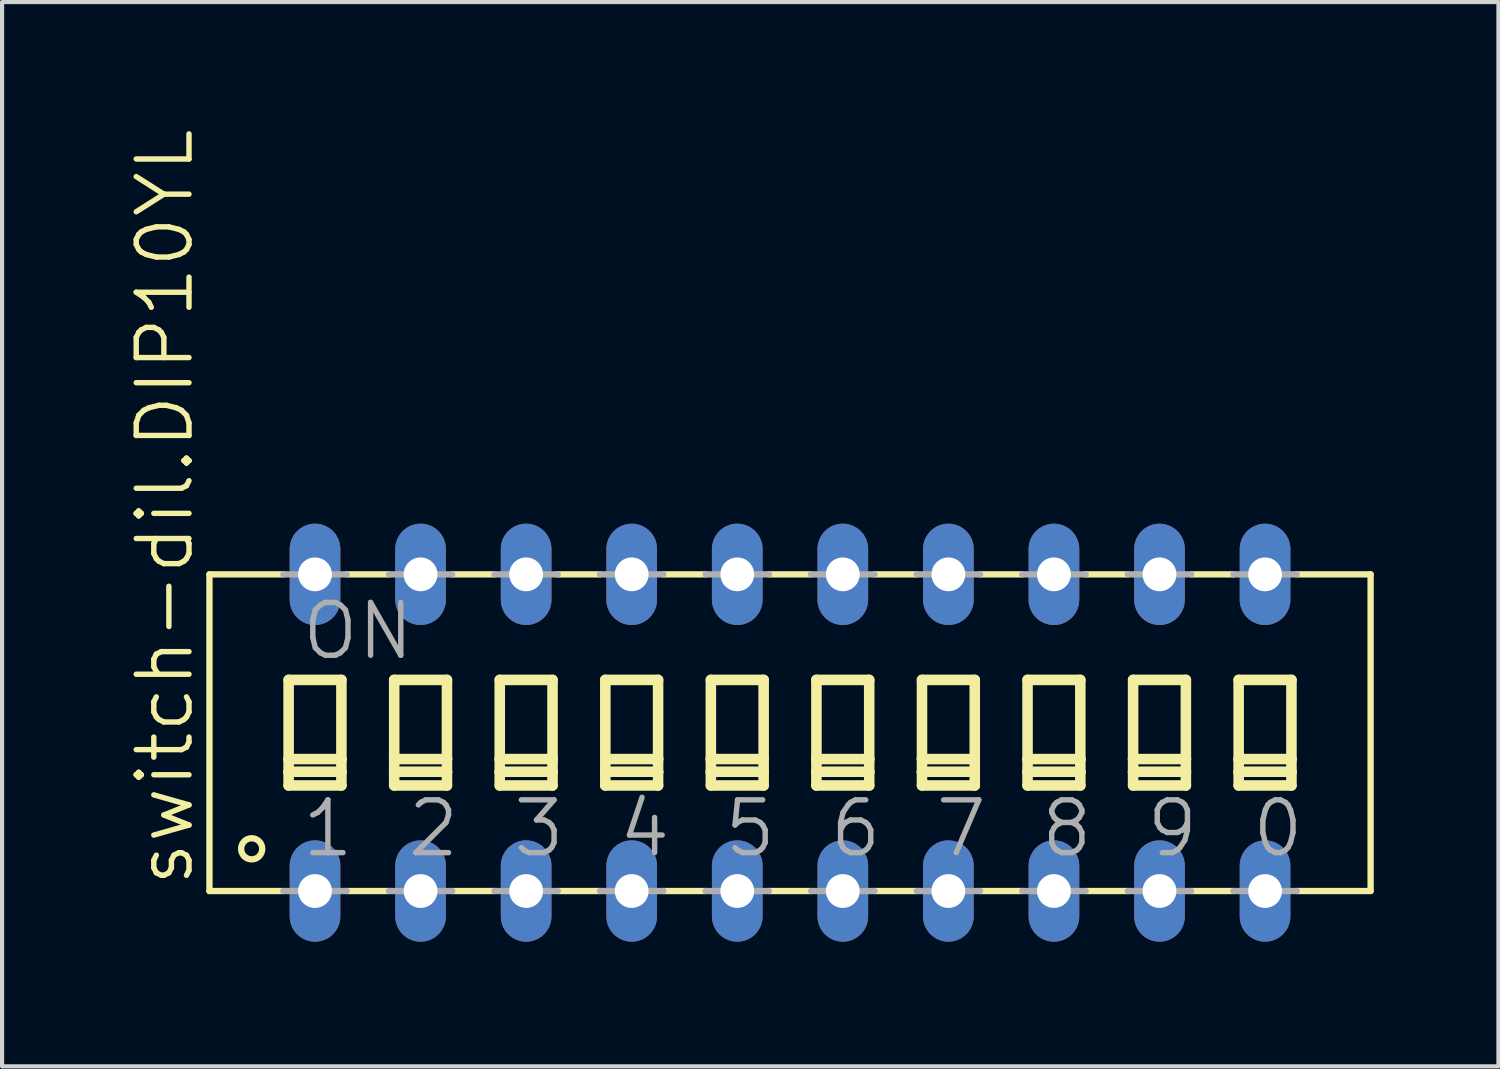
<source format=kicad_pcb>
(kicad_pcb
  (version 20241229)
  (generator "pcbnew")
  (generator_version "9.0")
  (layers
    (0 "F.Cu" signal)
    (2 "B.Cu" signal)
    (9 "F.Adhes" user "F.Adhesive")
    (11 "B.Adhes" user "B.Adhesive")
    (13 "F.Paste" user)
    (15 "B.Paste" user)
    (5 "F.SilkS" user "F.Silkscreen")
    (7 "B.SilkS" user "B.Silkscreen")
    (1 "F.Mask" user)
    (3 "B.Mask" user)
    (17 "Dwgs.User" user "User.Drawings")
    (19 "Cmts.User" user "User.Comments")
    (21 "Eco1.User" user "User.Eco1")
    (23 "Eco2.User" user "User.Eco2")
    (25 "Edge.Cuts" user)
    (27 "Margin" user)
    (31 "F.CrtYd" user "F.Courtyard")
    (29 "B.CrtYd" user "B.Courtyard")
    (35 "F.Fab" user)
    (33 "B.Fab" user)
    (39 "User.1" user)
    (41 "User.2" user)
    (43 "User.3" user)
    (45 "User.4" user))
  (footprint "switch-dil.DIP10YL"
    (layer "F.Cu")
    (at 15.96 14.58)
    (property "Reference" "switch-dil.DIP10YL" (at -14.3 3.759 90) (layer "F.SilkS") (effects (font (size 1.27 1.27) (thickness 0.13)) (justify left bottom)))
    (attr through_hole)
    (fp_line (start -13.97 -3.81) (end -13.97 3.81) (stroke (width 0.152) (type default)) (layer "F.SilkS"))
    (fp_line (start -13.97 -3.81) (end -12.192 -3.81) (stroke (width 0.152) (type default)) (layer "F.SilkS"))
    (fp_line (start -13.97 3.81) (end -12.192 3.81) (stroke (width 0.152) (type default)) (layer "F.SilkS"))
    (fp_line (start -12.065 -1.27) (end -12.065 0.635) (stroke (width 0.254) (type default)) (layer "F.SilkS"))
    (fp_line (start -12.065 0.635) (end -12.065 0.94) (stroke (width 0.254) (type default)) (layer "F.SilkS"))
    (fp_line (start -12.065 0.635) (end -10.795 0.635) (stroke (width 0.254) (type default)) (layer "F.SilkS"))
    (fp_line (start -12.065 0.94) (end -12.065 1.27) (stroke (width 0.254) (type default)) (layer "F.SilkS"))
    (fp_line (start -12.065 0.94) (end -10.795 0.94) (stroke (width 0.254) (type default)) (layer "F.SilkS"))
    (fp_line (start -12.065 1.27) (end -10.795 1.27) (stroke (width 0.254) (type default)) (layer "F.SilkS"))
    (fp_line (start -10.795 -1.27) (end -12.065 -1.27) (stroke (width 0.254) (type default)) (layer "F.SilkS"))
    (fp_line (start -10.795 0.635) (end -10.795 -1.27) (stroke (width 0.254) (type default)) (layer "F.SilkS"))
    (fp_line (start -10.795 0.94) (end -10.795 0.635) (stroke (width 0.254) (type default)) (layer "F.SilkS"))
    (fp_line (start -10.795 1.27) (end -10.795 0.94) (stroke (width 0.254) (type default)) (layer "F.SilkS"))
    (fp_line (start -10.668 3.81) (end -9.652 3.81) (stroke (width 0.152) (type default)) (layer "F.SilkS"))
    (fp_line (start -9.652 -3.81) (end -10.668 -3.81) (stroke (width 0.152) (type default)) (layer "F.SilkS"))
    (fp_line (start -9.525 -1.27) (end -9.525 0.635) (stroke (width 0.254) (type default)) (layer "F.SilkS"))
    (fp_line (start -9.525 0.635) (end -9.525 0.94) (stroke (width 0.254) (type default)) (layer "F.SilkS"))
    (fp_line (start -9.525 0.635) (end -8.255 0.635) (stroke (width 0.254) (type default)) (layer "F.SilkS"))
    (fp_line (start -9.525 0.94) (end -9.525 1.27) (stroke (width 0.254) (type default)) (layer "F.SilkS"))
    (fp_line (start -9.525 0.94) (end -8.255 0.94) (stroke (width 0.254) (type default)) (layer "F.SilkS"))
    (fp_line (start -9.525 1.27) (end -8.255 1.27) (stroke (width 0.254) (type default)) (layer "F.SilkS"))
    (fp_line (start -8.255 -1.27) (end -9.525 -1.27) (stroke (width 0.254) (type default)) (layer "F.SilkS"))
    (fp_line (start -8.255 0.635) (end -8.255 -1.27) (stroke (width 0.254) (type default)) (layer "F.SilkS"))
    (fp_line (start -8.255 0.94) (end -8.255 0.635) (stroke (width 0.254) (type default)) (layer "F.SilkS"))
    (fp_line (start -8.255 1.27) (end -8.255 0.94) (stroke (width 0.254) (type default)) (layer "F.SilkS"))
    (fp_line (start -8.128 3.81) (end -7.112 3.81) (stroke (width 0.152) (type default)) (layer "F.SilkS"))
    (fp_line (start -7.112 -3.81) (end -8.128 -3.81) (stroke (width 0.152) (type default)) (layer "F.SilkS"))
    (fp_line (start -6.985 -1.27) (end -6.985 0.635) (stroke (width 0.254) (type default)) (layer "F.SilkS"))
    (fp_line (start -6.985 0.635) (end -6.985 0.94) (stroke (width 0.254) (type default)) (layer "F.SilkS"))
    (fp_line (start -6.985 0.635) (end -5.715 0.635) (stroke (width 0.254) (type default)) (layer "F.SilkS"))
    (fp_line (start -6.985 0.94) (end -6.985 1.27) (stroke (width 0.254) (type default)) (layer "F.SilkS"))
    (fp_line (start -6.985 0.94) (end -5.715 0.94) (stroke (width 0.254) (type default)) (layer "F.SilkS"))
    (fp_line (start -6.985 1.27) (end -5.715 1.27) (stroke (width 0.254) (type default)) (layer "F.SilkS"))
    (fp_line (start -5.715 -1.27) (end -6.985 -1.27) (stroke (width 0.254) (type default)) (layer "F.SilkS"))
    (fp_line (start -5.715 0.635) (end -5.715 -1.27) (stroke (width 0.254) (type default)) (layer "F.SilkS"))
    (fp_line (start -5.715 0.94) (end -5.715 0.635) (stroke (width 0.254) (type default)) (layer "F.SilkS"))
    (fp_line (start -5.715 1.27) (end -5.715 0.94) (stroke (width 0.254) (type default)) (layer "F.SilkS"))
    (fp_line (start -5.588 3.81) (end -4.572 3.81) (stroke (width 0.152) (type default)) (layer "F.SilkS"))
    (fp_line (start -4.572 -3.81) (end -5.588 -3.81) (stroke (width 0.152) (type default)) (layer "F.SilkS"))
    (fp_line (start -4.445 -1.27) (end -4.445 0.635) (stroke (width 0.254) (type default)) (layer "F.SilkS"))
    (fp_line (start -4.445 0.635) (end -4.445 0.94) (stroke (width 0.254) (type default)) (layer "F.SilkS"))
    (fp_line (start -4.445 0.635) (end -3.175 0.635) (stroke (width 0.254) (type default)) (layer "F.SilkS"))
    (fp_line (start -4.445 0.94) (end -4.445 1.27) (stroke (width 0.254) (type default)) (layer "F.SilkS"))
    (fp_line (start -4.445 0.94) (end -3.175 0.94) (stroke (width 0.254) (type default)) (layer "F.SilkS"))
    (fp_line (start -4.445 1.27) (end -3.175 1.27) (stroke (width 0.254) (type default)) (layer "F.SilkS"))
    (fp_line (start -3.175 -1.27) (end -4.445 -1.27) (stroke (width 0.254) (type default)) (layer "F.SilkS"))
    (fp_line (start -3.175 0.635) (end -3.175 -1.27) (stroke (width 0.254) (type default)) (layer "F.SilkS"))
    (fp_line (start -3.175 0.94) (end -3.175 0.635) (stroke (width 0.254) (type default)) (layer "F.SilkS"))
    (fp_line (start -3.175 1.27) (end -3.175 0.94) (stroke (width 0.254) (type default)) (layer "F.SilkS"))
    (fp_line (start -3.048 3.81) (end -2.032 3.81) (stroke (width 0.152) (type default)) (layer "F.SilkS"))
    (fp_line (start -2.032 -3.81) (end -3.048 -3.81) (stroke (width 0.152) (type default)) (layer "F.SilkS"))
    (fp_line (start -1.905 -1.27) (end -1.905 0.635) (stroke (width 0.254) (type default)) (layer "F.SilkS"))
    (fp_line (start -1.905 0.635) (end -1.905 0.94) (stroke (width 0.254) (type default)) (layer "F.SilkS"))
    (fp_line (start -1.905 0.635) (end -0.635 0.635) (stroke (width 0.254) (type default)) (layer "F.SilkS"))
    (fp_line (start -1.905 0.94) (end -1.905 1.27) (stroke (width 0.254) (type default)) (layer "F.SilkS"))
    (fp_line (start -1.905 0.94) (end -0.635 0.94) (stroke (width 0.254) (type default)) (layer "F.SilkS"))
    (fp_line (start -1.905 1.27) (end -0.635 1.27) (stroke (width 0.254) (type default)) (layer "F.SilkS"))
    (fp_line (start -0.635 -1.27) (end -1.905 -1.27) (stroke (width 0.254) (type default)) (layer "F.SilkS"))
    (fp_line (start -0.635 0.635) (end -0.635 -1.27) (stroke (width 0.254) (type default)) (layer "F.SilkS"))
    (fp_line (start -0.635 0.94) (end -0.635 0.635) (stroke (width 0.254) (type default)) (layer "F.SilkS"))
    (fp_line (start -0.635 1.27) (end -0.635 0.94) (stroke (width 0.254) (type default)) (layer "F.SilkS"))
    (fp_line (start -0.508 3.81) (end 0.508 3.81) (stroke (width 0.152) (type default)) (layer "F.SilkS"))
    (fp_line (start 0.508 -3.81) (end -0.508 -3.81) (stroke (width 0.152) (type default)) (layer "F.SilkS"))
    (fp_line (start 0.635 -1.27) (end 0.635 0.635) (stroke (width 0.254) (type default)) (layer "F.SilkS"))
    (fp_line (start 0.635 0.635) (end 0.635 0.94) (stroke (width 0.254) (type default)) (layer "F.SilkS"))
    (fp_line (start 0.635 0.635) (end 1.905 0.635) (stroke (width 0.254) (type default)) (layer "F.SilkS"))
    (fp_line (start 0.635 0.94) (end 0.635 1.27) (stroke (width 0.254) (type default)) (layer "F.SilkS"))
    (fp_line (start 0.635 0.94) (end 1.905 0.94) (stroke (width 0.254) (type default)) (layer "F.SilkS"))
    (fp_line (start 0.635 1.27) (end 1.905 1.27) (stroke (width 0.254) (type default)) (layer "F.SilkS"))
    (fp_line (start 1.905 -1.27) (end 0.635 -1.27) (stroke (width 0.254) (type default)) (layer "F.SilkS"))
    (fp_line (start 1.905 0.635) (end 1.905 -1.27) (stroke (width 0.254) (type default)) (layer "F.SilkS"))
    (fp_line (start 1.905 0.94) (end 1.905 0.635) (stroke (width 0.254) (type default)) (layer "F.SilkS"))
    (fp_line (start 1.905 1.27) (end 1.905 0.94) (stroke (width 0.254) (type default)) (layer "F.SilkS"))
    (fp_line (start 2.032 3.81) (end 3.048 3.81) (stroke (width 0.152) (type default)) (layer "F.SilkS"))
    (fp_line (start 3.048 -3.81) (end 2.032 -3.81) (stroke (width 0.152) (type default)) (layer "F.SilkS"))
    (fp_line (start 3.175 -1.27) (end 3.175 0.635) (stroke (width 0.254) (type default)) (layer "F.SilkS"))
    (fp_line (start 3.175 0.635) (end 3.175 0.94) (stroke (width 0.254) (type default)) (layer "F.SilkS"))
    (fp_line (start 3.175 0.635) (end 4.445 0.635) (stroke (width 0.254) (type default)) (layer "F.SilkS"))
    (fp_line (start 3.175 0.94) (end 3.175 1.27) (stroke (width 0.254) (type default)) (layer "F.SilkS"))
    (fp_line (start 3.175 0.94) (end 4.445 0.94) (stroke (width 0.254) (type default)) (layer "F.SilkS"))
    (fp_line (start 3.175 1.27) (end 4.445 1.27) (stroke (width 0.254) (type default)) (layer "F.SilkS"))
    (fp_line (start 4.445 -1.27) (end 3.175 -1.27) (stroke (width 0.254) (type default)) (layer "F.SilkS"))
    (fp_line (start 4.445 0.635) (end 4.445 -1.27) (stroke (width 0.254) (type default)) (layer "F.SilkS"))
    (fp_line (start 4.445 0.94) (end 4.445 0.635) (stroke (width 0.254) (type default)) (layer "F.SilkS"))
    (fp_line (start 4.445 1.27) (end 4.445 0.94) (stroke (width 0.254) (type default)) (layer "F.SilkS"))
    (fp_line (start 4.572 3.81) (end 5.588 3.81) (stroke (width 0.152) (type default)) (layer "F.SilkS"))
    (fp_line (start 5.588 -3.81) (end 4.572 -3.81) (stroke (width 0.152) (type default)) (layer "F.SilkS"))
    (fp_line (start 5.715 -1.27) (end 5.715 0.635) (stroke (width 0.254) (type default)) (layer "F.SilkS"))
    (fp_line (start 5.715 0.635) (end 5.715 0.94) (stroke (width 0.254) (type default)) (layer "F.SilkS"))
    (fp_line (start 5.715 0.635) (end 6.985 0.635) (stroke (width 0.254) (type default)) (layer "F.SilkS"))
    (fp_line (start 5.715 0.94) (end 5.715 1.27) (stroke (width 0.254) (type default)) (layer "F.SilkS"))
    (fp_line (start 5.715 0.94) (end 6.985 0.94) (stroke (width 0.254) (type default)) (layer "F.SilkS"))
    (fp_line (start 5.715 1.27) (end 6.985 1.27) (stroke (width 0.254) (type default)) (layer "F.SilkS"))
    (fp_line (start 6.985 -1.27) (end 5.715 -1.27) (stroke (width 0.254) (type default)) (layer "F.SilkS"))
    (fp_line (start 6.985 0.635) (end 6.985 -1.27) (stroke (width 0.254) (type default)) (layer "F.SilkS"))
    (fp_line (start 6.985 0.94) (end 6.985 0.635) (stroke (width 0.254) (type default)) (layer "F.SilkS"))
    (fp_line (start 6.985 1.27) (end 6.985 0.94) (stroke (width 0.254) (type default)) (layer "F.SilkS"))
    (fp_line (start 7.112 3.81) (end 8.128 3.81) (stroke (width 0.152) (type default)) (layer "F.SilkS"))
    (fp_line (start 8.128 -3.81) (end 7.112 -3.81) (stroke (width 0.152) (type default)) (layer "F.SilkS"))
    (fp_line (start 8.255 -1.27) (end 8.255 0.635) (stroke (width 0.254) (type default)) (layer "F.SilkS"))
    (fp_line (start 8.255 0.635) (end 8.255 0.94) (stroke (width 0.254) (type default)) (layer "F.SilkS"))
    (fp_line (start 8.255 0.635) (end 9.525 0.635) (stroke (width 0.254) (type default)) (layer "F.SilkS"))
    (fp_line (start 8.255 0.94) (end 8.255 1.27) (stroke (width 0.254) (type default)) (layer "F.SilkS"))
    (fp_line (start 8.255 0.94) (end 9.525 0.94) (stroke (width 0.254) (type default)) (layer "F.SilkS"))
    (fp_line (start 8.255 1.27) (end 9.525 1.27) (stroke (width 0.254) (type default)) (layer "F.SilkS"))
    (fp_line (start 9.525 -1.27) (end 8.255 -1.27) (stroke (width 0.254) (type default)) (layer "F.SilkS"))
    (fp_line (start 9.525 0.635) (end 9.525 -1.27) (stroke (width 0.254) (type default)) (layer "F.SilkS"))
    (fp_line (start 9.525 0.94) (end 9.525 0.635) (stroke (width 0.254) (type default)) (layer "F.SilkS"))
    (fp_line (start 9.525 1.27) (end 9.525 0.94) (stroke (width 0.254) (type default)) (layer "F.SilkS"))
    (fp_line (start 9.652 -3.81) (end 10.668 -3.81) (stroke (width 0.152) (type default)) (layer "F.SilkS"))
    (fp_line (start 9.652 3.81) (end 10.668 3.81) (stroke (width 0.152) (type default)) (layer "F.SilkS"))
    (fp_line (start 10.795 -1.27) (end 10.795 0.635) (stroke (width 0.254) (type default)) (layer "F.SilkS"))
    (fp_line (start 10.795 0.635) (end 10.795 0.94) (stroke (width 0.254) (type default)) (layer "F.SilkS"))
    (fp_line (start 10.795 0.635) (end 12.065 0.635) (stroke (width 0.254) (type default)) (layer "F.SilkS"))
    (fp_line (start 10.795 0.94) (end 10.795 1.27) (stroke (width 0.254) (type default)) (layer "F.SilkS"))
    (fp_line (start 10.795 0.94) (end 12.065 0.94) (stroke (width 0.254) (type default)) (layer "F.SilkS"))
    (fp_line (start 10.795 1.27) (end 12.065 1.27) (stroke (width 0.254) (type default)) (layer "F.SilkS"))
    (fp_line (start 12.065 -1.27) (end 10.795 -1.27) (stroke (width 0.254) (type default)) (layer "F.SilkS"))
    (fp_line (start 12.065 0.635) (end 12.065 -1.27) (stroke (width 0.254) (type default)) (layer "F.SilkS"))
    (fp_line (start 12.065 0.94) (end 12.065 0.635) (stroke (width 0.254) (type default)) (layer "F.SilkS"))
    (fp_line (start 12.065 1.27) (end 12.065 0.94) (stroke (width 0.254) (type default)) (layer "F.SilkS"))
    (fp_line (start 13.97 -3.81) (end 12.192 -3.81) (stroke (width 0.152) (type default)) (layer "F.SilkS"))
    (fp_line (start 13.97 3.81) (end 12.192 3.81) (stroke (width 0.152) (type default)) (layer "F.SilkS"))
    (fp_line (start 13.97 3.81) (end 13.97 -3.81) (stroke (width 0.152) (type default)) (layer "F.SilkS"))
    (fp_circle (center -12.954 2.794) (end -12.7 2.794) (stroke (width 0.152) (type default)) (fill no) (layer "F.SilkS"))
    (fp_line (start -12.192 3.81) (end -10.668 3.81) (stroke (width 0.152) (type default)) (layer "F.Fab"))
    (fp_line (start -10.668 -3.81) (end -12.192 -3.81) (stroke (width 0.152) (type default)) (layer "F.Fab"))
    (fp_line (start -9.652 3.81) (end -8.128 3.81) (stroke (width 0.152) (type default)) (layer "F.Fab"))
    (fp_line (start -8.128 -3.81) (end -9.652 -3.81) (stroke (width 0.152) (type default)) (layer "F.Fab"))
    (fp_line (start -7.112 3.81) (end -5.588 3.81) (stroke (width 0.152) (type default)) (layer "F.Fab"))
    (fp_line (start -5.588 -3.81) (end -7.112 -3.81) (stroke (width 0.152) (type default)) (layer "F.Fab"))
    (fp_line (start -4.572 3.81) (end -3.048 3.81) (stroke (width 0.152) (type default)) (layer "F.Fab"))
    (fp_line (start -3.048 -3.81) (end -4.572 -3.81) (stroke (width 0.152) (type default)) (layer "F.Fab"))
    (fp_line (start -2.032 3.81) (end -0.508 3.81) (stroke (width 0.152) (type default)) (layer "F.Fab"))
    (fp_line (start -0.508 -3.81) (end -2.032 -3.81) (stroke (width 0.152) (type default)) (layer "F.Fab"))
    (fp_line (start 0.508 3.81) (end 2.032 3.81) (stroke (width 0.152) (type default)) (layer "F.Fab"))
    (fp_line (start 2.032 -3.81) (end 0.508 -3.81) (stroke (width 0.152) (type default)) (layer "F.Fab"))
    (fp_line (start 3.048 3.81) (end 4.572 3.81) (stroke (width 0.152) (type default)) (layer "F.Fab"))
    (fp_line (start 4.572 -3.81) (end 3.048 -3.81) (stroke (width 0.152) (type default)) (layer "F.Fab"))
    (fp_line (start 5.588 3.81) (end 7.112 3.81) (stroke (width 0.152) (type default)) (layer "F.Fab"))
    (fp_line (start 7.112 -3.81) (end 5.588 -3.81) (stroke (width 0.152) (type default)) (layer "F.Fab"))
    (fp_line (start 8.128 3.81) (end 9.652 3.81) (stroke (width 0.152) (type default)) (layer "F.Fab"))
    (fp_line (start 9.652 -3.81) (end 8.128 -3.81) (stroke (width 0.152) (type default)) (layer "F.Fab"))
    (fp_line (start 10.668 3.81) (end 12.192 3.81) (stroke (width 0.152) (type default)) (layer "F.Fab"))
    (fp_line (start 12.192 -3.81) (end 10.668 -3.81) (stroke (width 0.152) (type default)) (layer "F.Fab"))
    (fp_text user "ON" (at -11.811 -1.702 0) (layer "F.Fab") (effects (font (size 1.27 1.27) (thickness 0.13)) (justify left bottom)))
    (fp_text user "0" (at 11.049 3.048 0) (layer "F.Fab") (effects (font (size 1.27 1.27) (thickness 0.13)) (justify left bottom)))
    (fp_text user "6" (at 0.889 3.048 0) (layer "F.Fab") (effects (font (size 1.27 1.27) (thickness 0.13)) (justify left bottom)))
    (fp_text user "4" (at -4.191 3.048 0) (layer "F.Fab") (effects (font (size 1.27 1.27) (thickness 0.13)) (justify left bottom)))
    (fp_text user "5" (at -1.651 3.048 0) (layer "F.Fab") (effects (font (size 1.27 1.27) (thickness 0.13)) (justify left bottom)))
    (fp_text user "3" (at -6.731 3.048 0) (layer "F.Fab") (effects (font (size 1.27 1.27) (thickness 0.13)) (justify left bottom)))
    (fp_text user "2" (at -9.271 3.048 0) (layer "F.Fab") (effects (font (size 1.27 1.27) (thickness 0.13)) (justify left bottom)))
    (fp_text user "1" (at -11.811 3.048 0) (layer "F.Fab") (effects (font (size 1.27 1.27) (thickness 0.13)) (justify left bottom)))
    (fp_text user "9" (at 8.509 3.048 0) (layer "F.Fab") (effects (font (size 1.27 1.27) (thickness 0.13)) (justify left bottom)))
    (fp_text user "7" (at 3.429 3.048 0) (layer "F.Fab") (effects (font (size 1.27 1.27) (thickness 0.13)) (justify left bottom)))
    (fp_text user "8" (at 5.969 3.048 0) (layer "F.Fab") (effects (font (size 1.27 1.27) (thickness 0.13)) (justify left bottom)))
    (pad "1" thru_hole oval (at -11.43 3.81 90) (size 2.438 1.219) (drill 0.813) (layers "*.Cu" "*.Mask"))
    (pad "2" thru_hole oval (at -8.89 3.81 90) (size 2.438 1.219) (drill 0.813) (layers "*.Cu" "*.Mask"))
    (pad "3" thru_hole oval (at -6.35 3.81 90) (size 2.438 1.219) (drill 0.813) (layers "*.Cu" "*.Mask"))
    (pad "4" thru_hole oval (at -3.81 3.81 90) (size 2.438 1.219) (drill 0.813) (layers "*.Cu" "*.Mask"))
    (pad "5" thru_hole oval (at -1.27 3.81 90) (size 2.438 1.219) (drill 0.813) (layers "*.Cu" "*.Mask"))
    (pad "6" thru_hole oval (at 1.27 3.81 90) (size 2.438 1.219) (drill 0.813) (layers "*.Cu" "*.Mask"))
    (pad "7" thru_hole oval (at 3.81 3.81 90) (size 2.438 1.219) (drill 0.813) (layers "*.Cu" "*.Mask"))
    (pad "8" thru_hole oval (at 6.35 3.81 90) (size 2.438 1.219) (drill 0.813) (layers "*.Cu" "*.Mask"))
    (pad "9" thru_hole oval (at 8.89 3.81 90) (size 2.438 1.219) (drill 0.813) (layers "*.Cu" "*.Mask"))
    (pad "10" thru_hole oval (at 11.43 3.81 90) (size 2.438 1.219) (drill 0.813) (layers "*.Cu" "*.Mask"))
    (pad "11" thru_hole oval (at 11.43 -3.81 90) (size 2.438 1.219) (drill 0.813) (layers "*.Cu" "*.Mask"))
    (pad "12" thru_hole oval (at 8.89 -3.81 90) (size 2.438 1.219) (drill 0.813) (layers "*.Cu" "*.Mask"))
    (pad "13" thru_hole oval (at 6.35 -3.81 90) (size 2.438 1.219) (drill 0.813) (layers "*.Cu" "*.Mask"))
    (pad "14" thru_hole oval (at 3.81 -3.81 90) (size 2.438 1.219) (drill 0.813) (layers "*.Cu" "*.Mask"))
    (pad "15" thru_hole oval (at 1.27 -3.81 90) (size 2.438 1.219) (drill 0.813) (layers "*.Cu" "*.Mask"))
    (pad "16" thru_hole oval (at -1.27 -3.81 90) (size 2.438 1.219) (drill 0.813) (layers "*.Cu" "*.Mask"))
    (pad "17" thru_hole oval (at -3.81 -3.81 90) (size 2.438 1.219) (drill 0.813) (layers "*.Cu" "*.Mask"))
    (pad "18" thru_hole oval (at -6.35 -3.81 90) (size 2.438 1.219) (drill 0.813) (layers "*.Cu" "*.Mask"))
    (pad "19" thru_hole oval (at -8.89 -3.81 90) (size 2.438 1.219) (drill 0.813) (layers "*.Cu" "*.Mask"))
    (pad "20" thru_hole oval (at -11.43 -3.81 90) (size 2.438 1.219) (drill 0.813) (layers "*.Cu" "*.Mask")))
  (gr_rect
    (start -3 -3)
    (end 33.006 22.609)
    (stroke (width 0.1) (type default))
    (fill no)
    (layer "Edge.Cuts")))
</source>
